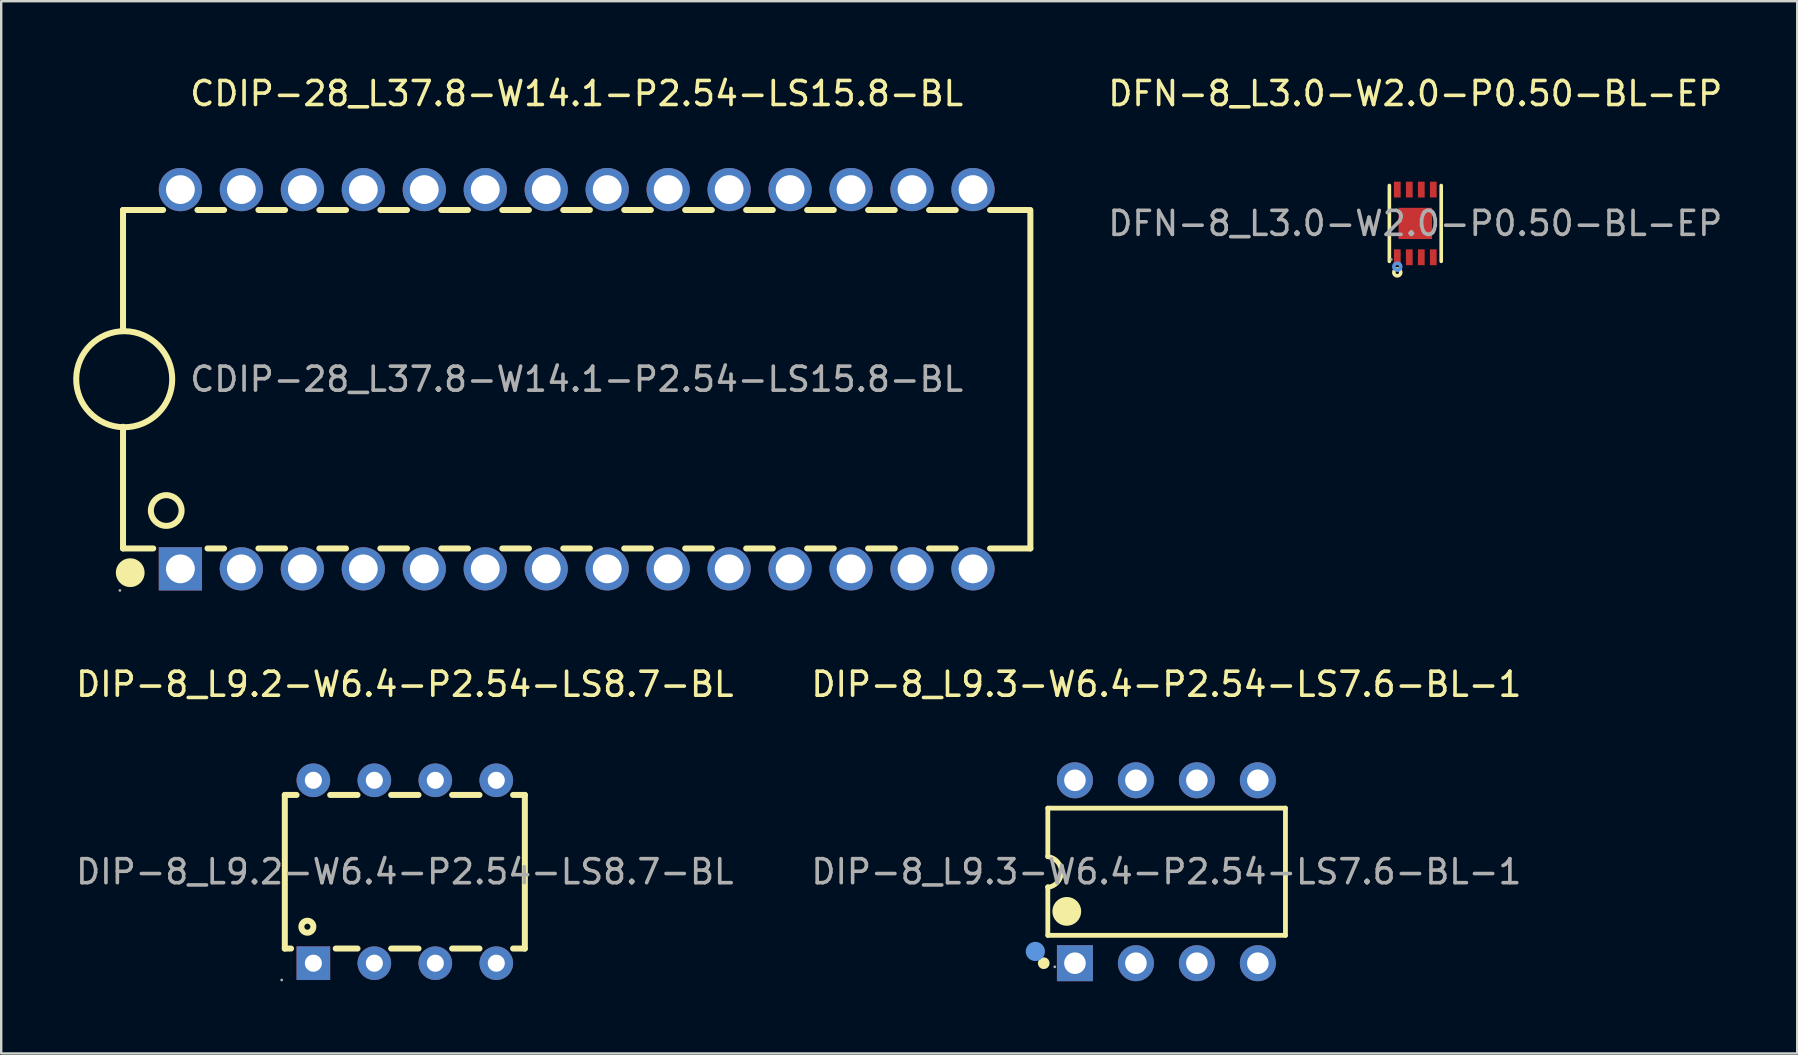
<source format=kicad_pcb>
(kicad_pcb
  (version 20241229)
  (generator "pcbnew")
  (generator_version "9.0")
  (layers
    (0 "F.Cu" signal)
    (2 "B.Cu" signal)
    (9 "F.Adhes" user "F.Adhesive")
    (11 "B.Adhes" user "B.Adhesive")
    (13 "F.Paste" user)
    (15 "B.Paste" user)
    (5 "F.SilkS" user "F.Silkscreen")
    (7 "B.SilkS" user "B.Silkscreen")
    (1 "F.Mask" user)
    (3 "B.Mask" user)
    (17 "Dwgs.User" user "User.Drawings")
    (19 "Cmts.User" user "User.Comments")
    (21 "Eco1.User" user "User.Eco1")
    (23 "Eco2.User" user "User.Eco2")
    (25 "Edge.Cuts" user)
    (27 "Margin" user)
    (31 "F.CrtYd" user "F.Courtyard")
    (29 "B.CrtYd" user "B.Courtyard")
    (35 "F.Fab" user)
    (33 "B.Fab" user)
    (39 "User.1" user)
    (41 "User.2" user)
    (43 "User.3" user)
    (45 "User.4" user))
  (footprint "CDIP-28_L37.8-W14.1-P2.54-LS15.8-BL"
    (layer "F.Cu")
    (at 20.975 12.748)
    (property "Reference" "CDIP-28_L37.8-W14.1-P2.54-LS15.8-BL" (at 0 -11.9 0) (layer "F.SilkS") (effects (font (size 1 1) (thickness 0.15))))
    (attr through_hole)
    (fp_line (start -18.9 -7.05) (end -18.9 -2.02) (stroke (width 0.25) (type solid)) (layer "F.SilkS"))
    (fp_line (start -18.9 -7.05) (end -17.23 -7.05) (stroke (width 0.25) (type solid)) (layer "F.SilkS"))
    (fp_line (start -18.9 1.98) (end -18.9 7.05) (stroke (width 0.25) (type solid)) (layer "F.SilkS"))
    (fp_line (start -18.9 7.05) (end -17.64 7.05) (stroke (width 0.25) (type solid)) (layer "F.SilkS"))
    (fp_line (start -15.8 -7.05) (end -14.69 -7.05) (stroke (width 0.25) (type solid)) (layer "F.SilkS"))
    (fp_line (start -15.38 7.05) (end -14.69 7.05) (stroke (width 0.25) (type solid)) (layer "F.SilkS"))
    (fp_line (start -13.26 -7.05) (end -12.15 -7.05) (stroke (width 0.25) (type solid)) (layer "F.SilkS"))
    (fp_line (start -13.26 7.05) (end -12.15 7.05) (stroke (width 0.25) (type solid)) (layer "F.SilkS"))
    (fp_line (start -10.72 -7.05) (end -9.61 -7.05) (stroke (width 0.25) (type solid)) (layer "F.SilkS"))
    (fp_line (start -10.72 7.05) (end -9.61 7.05) (stroke (width 0.25) (type solid)) (layer "F.SilkS"))
    (fp_line (start -8.18 -7.05) (end -7.07 -7.05) (stroke (width 0.25) (type solid)) (layer "F.SilkS"))
    (fp_line (start -8.18 7.05) (end -7.07 7.05) (stroke (width 0.25) (type solid)) (layer "F.SilkS"))
    (fp_line (start -5.64 -7.05) (end -4.53 -7.05) (stroke (width 0.25) (type solid)) (layer "F.SilkS"))
    (fp_line (start -5.64 7.05) (end -4.53 7.05) (stroke (width 0.25) (type solid)) (layer "F.SilkS"))
    (fp_line (start -3.1 -7.05) (end -1.99 -7.05) (stroke (width 0.25) (type solid)) (layer "F.SilkS"))
    (fp_line (start -3.1 7.05) (end -1.99 7.05) (stroke (width 0.25) (type solid)) (layer "F.SilkS"))
    (fp_line (start -0.56 -7.05) (end 0.55 -7.05) (stroke (width 0.25) (type solid)) (layer "F.SilkS"))
    (fp_line (start -0.56 7.05) (end 0.55 7.05) (stroke (width 0.25) (type solid)) (layer "F.SilkS"))
    (fp_line (start 1.98 -7.05) (end 3.09 -7.05) (stroke (width 0.25) (type solid)) (layer "F.SilkS"))
    (fp_line (start 1.98 7.05) (end 3.09 7.05) (stroke (width 0.25) (type solid)) (layer "F.SilkS"))
    (fp_line (start 4.52 -7.05) (end 5.63 -7.05) (stroke (width 0.25) (type solid)) (layer "F.SilkS"))
    (fp_line (start 4.52 7.05) (end 5.63 7.05) (stroke (width 0.25) (type solid)) (layer "F.SilkS"))
    (fp_line (start 7.06 -7.05) (end 8.17 -7.05) (stroke (width 0.25) (type solid)) (layer "F.SilkS"))
    (fp_line (start 7.06 7.05) (end 8.17 7.05) (stroke (width 0.25) (type solid)) (layer "F.SilkS"))
    (fp_line (start 9.6 -7.05) (end 10.71 -7.05) (stroke (width 0.25) (type solid)) (layer "F.SilkS"))
    (fp_line (start 9.6 7.05) (end 10.71 7.05) (stroke (width 0.25) (type solid)) (layer "F.SilkS"))
    (fp_line (start 12.14 -7.05) (end 13.25 -7.05) (stroke (width 0.25) (type solid)) (layer "F.SilkS"))
    (fp_line (start 12.14 7.05) (end 13.25 7.05) (stroke (width 0.25) (type solid)) (layer "F.SilkS"))
    (fp_line (start 14.68 -7.05) (end 15.79 -7.05) (stroke (width 0.25) (type solid)) (layer "F.SilkS"))
    (fp_line (start 14.68 7.05) (end 15.79 7.05) (stroke (width 0.25) (type solid)) (layer "F.SilkS"))
    (fp_line (start 17.22 -7.05) (end 18.8 -7.05) (stroke (width 0.25) (type solid)) (layer "F.SilkS"))
    (fp_line (start 17.22 7.05) (end 18.9 7.05) (stroke (width 0.25) (type solid)) (layer "F.SilkS"))
    (fp_line (start 18.9 7.05) (end 18.9 -7.05) (stroke (width 0.25) (type solid)) (layer "F.SilkS"))
    (fp_arc (start -18.884905 1.999695) (mid -18.832547 -1.999923) (end -18.85 2) (stroke (width 0.25) (type solid)) (layer "F.SilkS"))
    (fp_arc (start -18.6 8.06) (mid -18.6 8.06) (end -18.6 8.06) (stroke (width 0.6) (type solid)) (layer "F.SilkS"))
    (fp_circle (center -17.1 5.47) (end -16.46 5.47) (stroke (width 0.25) (type solid)) (fill no) (layer "F.SilkS"))
    (fp_circle (center -19.03 8.8) (end -19 8.8) (stroke (width 0.06) (type solid)) (fill no) (layer "F.Fab"))
    (fp_circle (center -16.51 -7.9) (end -16.26 -7.9) (stroke (width 0.5) (type solid)) (fill no) (layer "F.Fab"))
    (fp_circle (center -16.51 7.9) (end -16.26 7.9) (stroke (width 0.5) (type solid)) (fill no) (layer "F.Fab"))
    (fp_circle (center -13.97 -7.9) (end -13.72 -7.9) (stroke (width 0.5) (type solid)) (fill no) (layer "F.Fab"))
    (fp_circle (center -13.97 7.9) (end -13.72 7.9) (stroke (width 0.5) (type solid)) (fill no) (layer "F.Fab"))
    (fp_circle (center -11.43 -7.9) (end -11.18 -7.9) (stroke (width 0.5) (type solid)) (fill no) (layer "F.Fab"))
    (fp_circle (center -11.43 7.9) (end -11.18 7.9) (stroke (width 0.5) (type solid)) (fill no) (layer "F.Fab"))
    (fp_circle (center -8.89 -7.9) (end -8.64 -7.9) (stroke (width 0.5) (type solid)) (fill no) (layer "F.Fab"))
    (fp_circle (center -8.89 7.9) (end -8.64 7.9) (stroke (width 0.5) (type solid)) (fill no) (layer "F.Fab"))
    (fp_circle (center -6.35 -7.9) (end -6.1 -7.9) (stroke (width 0.5) (type solid)) (fill no) (layer "F.Fab"))
    (fp_circle (center -6.35 7.9) (end -6.1 7.9) (stroke (width 0.5) (type solid)) (fill no) (layer "F.Fab"))
    (fp_circle (center -3.81 -7.9) (end -3.56 -7.9) (stroke (width 0.5) (type solid)) (fill no) (layer "F.Fab"))
    (fp_circle (center -3.81 7.9) (end -3.56 7.9) (stroke (width 0.5) (type solid)) (fill no) (layer "F.Fab"))
    (fp_circle (center -1.27 -7.9) (end -1.02 -7.9) (stroke (width 0.5) (type solid)) (fill no) (layer "F.Fab"))
    (fp_circle (center -1.27 7.9) (end -1.02 7.9) (stroke (width 0.5) (type solid)) (fill no) (layer "F.Fab"))
    (fp_circle (center 1.27 -7.9) (end 1.52 -7.9) (stroke (width 0.5) (type solid)) (fill no) (layer "F.Fab"))
    (fp_circle (center 1.27 7.9) (end 1.52 7.9) (stroke (width 0.5) (type solid)) (fill no) (layer "F.Fab"))
    (fp_circle (center 3.81 -7.9) (end 4.06 -7.9) (stroke (width 0.5) (type solid)) (fill no) (layer "F.Fab"))
    (fp_circle (center 3.81 7.9) (end 4.06 7.9) (stroke (width 0.5) (type solid)) (fill no) (layer "F.Fab"))
    (fp_circle (center 6.35 -7.9) (end 6.6 -7.9) (stroke (width 0.5) (type solid)) (fill no) (layer "F.Fab"))
    (fp_circle (center 6.35 7.9) (end 6.6 7.9) (stroke (width 0.5) (type solid)) (fill no) (layer "F.Fab"))
    (fp_circle (center 8.89 -7.9) (end 9.14 -7.9) (stroke (width 0.5) (type solid)) (fill no) (layer "F.Fab"))
    (fp_circle (center 8.89 7.9) (end 9.14 7.9) (stroke (width 0.5) (type solid)) (fill no) (layer "F.Fab"))
    (fp_circle (center 11.43 -7.9) (end 11.68 -7.9) (stroke (width 0.5) (type solid)) (fill no) (layer "F.Fab"))
    (fp_circle (center 11.43 7.9) (end 11.68 7.9) (stroke (width 0.5) (type solid)) (fill no) (layer "F.Fab"))
    (fp_circle (center 13.97 -7.9) (end 14.22 -7.9) (stroke (width 0.5) (type solid)) (fill no) (layer "F.Fab"))
    (fp_circle (center 13.97 7.9) (end 14.22 7.9) (stroke (width 0.5) (type solid)) (fill no) (layer "F.Fab"))
    (fp_circle (center 16.51 -7.9) (end 16.76 -7.9) (stroke (width 0.5) (type solid)) (fill no) (layer "F.Fab"))
    (fp_circle (center 16.51 7.9) (end 16.76 7.9) (stroke (width 0.5) (type solid)) (fill no) (layer "F.Fab"))
    (fp_text user "${REFERENCE}" (at 0 0 0) (layer "F.Fab") (effects (font (size 1 1) (thickness 0.15))))
    (pad "1" thru_hole rect (at -16.51 7.9) (size 1.8 1.8) (drill 1.2) (layers "*.Cu" "*.Paste" "*.Mask"))
    (pad "2" thru_hole circle (at -13.97 7.9) (size 1.8 1.8) (drill 1.2) (layers "*.Cu" "*.Paste" "*.Mask"))
    (pad "3" thru_hole circle (at -11.43 7.9) (size 1.8 1.8) (drill 1.2) (layers "*.Cu" "*.Paste" "*.Mask"))
    (pad "4" thru_hole circle (at -8.89 7.9) (size 1.8 1.8) (drill 1.2) (layers "*.Cu" "*.Paste" "*.Mask"))
    (pad "5" thru_hole circle (at -6.35 7.9) (size 1.8 1.8) (drill 1.2) (layers "*.Cu" "*.Paste" "*.Mask"))
    (pad "6" thru_hole circle (at -3.81 7.9) (size 1.8 1.8) (drill 1.2) (layers "*.Cu" "*.Paste" "*.Mask"))
    (pad "7" thru_hole circle (at -1.27 7.9) (size 1.8 1.8) (drill 1.2) (layers "*.Cu" "*.Paste" "*.Mask"))
    (pad "8" thru_hole circle (at 1.27 7.9) (size 1.8 1.8) (drill 1.2) (layers "*.Cu" "*.Paste" "*.Mask"))
    (pad "9" thru_hole circle (at 3.81 7.9) (size 1.8 1.8) (drill 1.2) (layers "*.Cu" "*.Paste" "*.Mask"))
    (pad "10" thru_hole circle (at 6.35 7.9 180) (size 1.8 1.8) (drill 1.2) (layers "*.Cu" "*.Paste" "*.Mask"))
    (pad "11" thru_hole circle (at 8.89 7.9 180) (size 1.8 1.8) (drill 1.2) (layers "*.Cu" "*.Paste" "*.Mask"))
    (pad "12" thru_hole circle (at 11.43 7.9 180) (size 1.8 1.8) (drill 1.2) (layers "*.Cu" "*.Paste" "*.Mask"))
    (pad "13" thru_hole circle (at 13.97 7.9 180) (size 1.8 1.8) (drill 1.2) (layers "*.Cu" "*.Paste" "*.Mask"))
    (pad "14" thru_hole circle (at 16.51 7.9 180) (size 1.8 1.8) (drill 1.2) (layers "*.Cu" "*.Paste" "*.Mask"))
    (pad "15" thru_hole circle (at 16.51 -7.9) (size 1.8 1.8) (drill 1.2) (layers "*.Cu" "*.Paste" "*.Mask"))
    (pad "16" thru_hole circle (at 13.97 -7.9) (size 1.8 1.8) (drill 1.2) (layers "*.Cu" "*.Paste" "*.Mask"))
    (pad "17" thru_hole circle (at 11.43 -7.9) (size 1.8 1.8) (drill 1.2) (layers "*.Cu" "*.Paste" "*.Mask"))
    (pad "18" thru_hole circle (at 8.89 -7.9) (size 1.8 1.8) (drill 1.2) (layers "*.Cu" "*.Paste" "*.Mask"))
    (pad "19" thru_hole circle (at 6.35 -7.9) (size 1.8 1.8) (drill 1.2) (layers "*.Cu" "*.Paste" "*.Mask"))
    (pad "20" thru_hole circle (at 3.81 -7.9) (size 1.8 1.8) (drill 1.2) (layers "*.Cu" "*.Paste" "*.Mask"))
    (pad "21" thru_hole circle (at 1.27 -7.9) (size 1.8 1.8) (drill 1.2) (layers "*.Cu" "*.Paste" "*.Mask"))
    (pad "22" thru_hole circle (at -1.27 -7.9) (size 1.8 1.8) (drill 1.2) (layers "*.Cu" "*.Paste" "*.Mask"))
    (pad "23" thru_hole circle (at -3.81 -7.9) (size 1.8 1.8) (drill 1.2) (layers "*.Cu" "*.Paste" "*.Mask"))
    (pad "24" thru_hole circle (at -6.35 -7.9) (size 1.8 1.8) (drill 1.2) (layers "*.Cu" "*.Paste" "*.Mask"))
    (pad "25" thru_hole circle (at -8.89 -7.9) (size 1.8 1.8) (drill 1.2) (layers "*.Cu" "*.Paste" "*.Mask"))
    (pad "26" thru_hole circle (at -11.43 -7.9) (size 1.8 1.8) (drill 1.2) (layers "*.Cu" "*.Paste" "*.Mask"))
    (pad "27" thru_hole circle (at -13.97 -7.9) (size 1.8 1.8) (drill 1.2) (layers "*.Cu" "*.Paste" "*.Mask"))
    (pad "28" thru_hole circle (at -16.51 -7.9) (size 1.8 1.8) (drill 1.2) (layers "*.Cu" "*.Paste" "*.Mask")))
  (footprint "DFN-8_L3.0-W2.0-P0.50-BL-EP"
    (layer "F.Cu")
    (at 55.911 6.258)
    (property "Reference" "DFN-8_L3.0-W2.0-P0.50-BL-EP" (at 0 -5.41 0) (layer "F.SilkS") (effects (font (size 1 1) (thickness 0.15))))
    (attr through_hole)
    (fp_line (start -1.08 1.58) (end -1.08 -1.58) (stroke (width 0.15) (type solid)) (layer "F.SilkS"))
    (fp_line (start 1.08 1.58) (end 1.08 -1.58) (stroke (width 0.15) (type solid)) (layer "F.SilkS"))
    (fp_circle (center -0.75 2.04) (end -0.68 2.04) (stroke (width 0.15) (type solid)) (fill no) (layer "F.SilkS"))
    (fp_circle (center -0.75 1.8) (end -0.68 1.8) (stroke (width 0.15) (type solid)) (fill no) (layer "Cmts.User"))
    (fp_circle (center -1 1.5) (end -0.97 1.5) (stroke (width 0.06) (type solid)) (fill no) (layer "F.Fab"))
    (fp_text user "${REFERENCE}" (at 0 0 0) (layer "F.Fab") (effects (font (size 1 1) (thickness 0.15))))
    (pad "1" smd rect (at -0.75 1.41) (size 0.28 0.66) (layers "F.Cu" "F.Mask" "F.Paste"))
    (pad "2" smd rect (at -0.25 1.41) (size 0.28 0.66) (layers "F.Cu" "F.Mask" "F.Paste"))
    (pad "3" smd rect (at 0.25 1.41) (size 0.28 0.66) (layers "F.Cu" "F.Mask" "F.Paste"))
    (pad "4" smd rect (at 0.75 1.41) (size 0.28 0.66) (layers "F.Cu" "F.Mask" "F.Paste"))
    (pad "5" smd rect (at 0.75 -1.41) (size 0.28 0.66) (layers "F.Cu" "F.Mask" "F.Paste"))
    (pad "6" smd rect (at 0.25 -1.41) (size 0.28 0.66) (layers "F.Cu" "F.Mask" "F.Paste"))
    (pad "7" smd rect (at -0.25 -1.41) (size 0.28 0.66) (layers "F.Cu" "F.Mask" "F.Paste"))
    (pad "8" smd rect (at -0.75 -1.41) (size 0.28 0.66) (layers "F.Cu" "F.Mask" "F.Paste"))
    (pad "9" smd rect (at 0 0) (size 1.4 1.3) (layers "F.Cu" "F.Mask" "F.Paste")))
  (footprint "DIP-8_L9.3-W6.4-P2.54-LS7.6-BL-1"
    (layer "F.Cu")
    (at 45.542 33.267)
    (property "Reference" "DIP-8_L9.3-W6.4-P2.54-LS7.6-BL-1" (at 0 -7.81 0) (layer "F.SilkS") (effects (font (size 1 1) (thickness 0.15))))
    (attr through_hole)
    (fp_line (start -4.94 -2.65) (end 4.96 -2.65) (stroke (width 0.2) (type solid)) (layer "F.SilkS"))
    (fp_line (start -4.94 -0.64) (end -4.94 -2.65) (stroke (width 0.2) (type solid)) (layer "F.SilkS"))
    (fp_line (start -4.94 -0.64) (end -4.94 -0.64) (stroke (width 0.2) (type solid)) (layer "F.SilkS"))
    (fp_line (start -4.94 0.63) (end -4.94 0.64) (stroke (width 0.2) (type solid)) (layer "F.SilkS"))
    (fp_line (start -4.94 2.65) (end -4.94 0.63) (stroke (width 0.2) (type solid)) (layer "F.SilkS"))
    (fp_line (start 4.96 -2.65) (end 4.96 2.65) (stroke (width 0.2) (type solid)) (layer "F.SilkS"))
    (fp_line (start 4.96 2.65) (end -4.94 2.65) (stroke (width 0.2) (type solid)) (layer "F.SilkS"))
    (fp_arc (start -5.23 3.8) (mid -4.989687 3.814987) (end -5.230416 3.810034) (stroke (width 0.25) (type solid)) (layer "F.SilkS"))
    (fp_arc (start -4.94 -0.63) (mid -4.37502 0.00955) (end -4.939107 0.649888) (stroke (width 0.2) (type solid)) (layer "F.SilkS"))
    (fp_arc (start -4.45 1.64) (mid -3.849875 1.654999) (end -4.450167 1.650004) (stroke (width 0.6) (type solid)) (layer "F.SilkS"))
    (fp_circle (center -5.46 3.32) (end -5.26 3.32) (stroke (width 0.4) (type solid)) (fill no) (layer "Cmts.User"))
    (fp_circle (center -4.65 3.96) (end -4.62 3.96) (stroke (width 0.06) (type solid)) (fill no) (layer "F.Fab"))
    (fp_text user "${REFERENCE}" (at 0 0 0) (layer "F.Fab") (effects (font (size 1 1) (thickness 0.15))))
    (pad "1" thru_hole rect (at -3.81 3.81) (size 1.5 1.5) (drill 0.9) (layers "*.Cu" "*.Paste" "*.Mask"))
    (pad "2" thru_hole circle (at -1.27 3.81 90) (size 1.5 1.5) (drill 0.9) (layers "*.Cu" "*.Paste" "*.Mask"))
    (pad "3" thru_hole circle (at 1.27 3.81 90) (size 1.5 1.5) (drill 0.9) (layers "*.Cu" "*.Paste" "*.Mask"))
    (pad "4" thru_hole circle (at 3.81 3.81 90) (size 1.5 1.5) (drill 0.9) (layers "*.Cu" "*.Paste" "*.Mask"))
    (pad "5" thru_hole circle (at 3.81 -3.81 90) (size 1.5 1.5) (drill 0.9) (layers "*.Cu" "*.Paste" "*.Mask"))
    (pad "6" thru_hole circle (at 1.27 -3.81 90) (size 1.5 1.5) (drill 0.9) (layers "*.Cu" "*.Paste" "*.Mask"))
    (pad "7" thru_hole circle (at -1.27 -3.81 90) (size 1.5 1.5) (drill 0.9) (layers "*.Cu" "*.Paste" "*.Mask"))
    (pad "8" thru_hole circle (at -3.81 -3.81 90) (size 1.5 1.5) (drill 0.9) (layers "*.Cu" "*.Paste" "*.Mask")))
  (footprint "DIP-8_L9.2-W6.4-P2.54-LS8.7-BL"
    (layer "F.Cu")
    (at 13.815 33.267)
    (property "Reference" "DIP-8_L9.2-W6.4-P2.54-LS8.7-BL" (at 0 -7.81 0) (layer "F.SilkS") (effects (font (size 1 1) (thickness 0.15))))
    (attr through_hole)
    (fp_line (start -5 -3.2) (end -5 3.2) (stroke (width 0.25) (type solid)) (layer "F.SilkS"))
    (fp_line (start -5 -3.2) (end -4.51 -3.2) (stroke (width 0.25) (type solid)) (layer "F.SilkS"))
    (fp_line (start -5 3.2) (end -4.74 3.2) (stroke (width 0.25) (type solid)) (layer "F.SilkS"))
    (fp_line (start -3.11 -3.2) (end -1.97 -3.2) (stroke (width 0.25) (type solid)) (layer "F.SilkS"))
    (fp_line (start -2.88 3.2) (end -1.97 3.2) (stroke (width 0.25) (type solid)) (layer "F.SilkS"))
    (fp_line (start -0.57 -3.2) (end 0.57 -3.2) (stroke (width 0.25) (type solid)) (layer "F.SilkS"))
    (fp_line (start -0.57 3.2) (end 0.57 3.2) (stroke (width 0.25) (type solid)) (layer "F.SilkS"))
    (fp_line (start 1.97 -3.2) (end 3.11 -3.2) (stroke (width 0.25) (type solid)) (layer "F.SilkS"))
    (fp_line (start 1.97 3.2) (end 3.11 3.2) (stroke (width 0.25) (type solid)) (layer "F.SilkS"))
    (fp_line (start 4.51 -3.2) (end 5 -3.2) (stroke (width 0.25) (type solid)) (layer "F.SilkS"))
    (fp_line (start 4.51 3.2) (end 5 3.2) (stroke (width 0.25) (type solid)) (layer "F.SilkS"))
    (fp_line (start 5 -3.2) (end 5 3.2) (stroke (width 0.25) (type solid)) (layer "F.SilkS"))
    (fp_circle (center -4.06 2.29) (end -3.81 2.29) (stroke (width 0.25) (type solid)) (fill no) (layer "F.SilkS"))
    (fp_circle (center -5.13 4.51) (end -5.1 4.51) (stroke (width 0.06) (type solid)) (fill no) (layer "F.Fab"))
    (fp_circle (center -3.81 -3.81) (end -3.68 -3.81) (stroke (width 0.26) (type solid)) (fill no) (layer "F.Fab"))
    (fp_circle (center -3.81 3.81) (end -3.68 3.81) (stroke (width 0.26) (type solid)) (fill no) (layer "F.Fab"))
    (fp_circle (center -1.27 -3.81) (end -1.14 -3.81) (stroke (width 0.26) (type solid)) (fill no) (layer "F.Fab"))
    (fp_circle (center -1.27 3.81) (end -1.14 3.81) (stroke (width 0.26) (type solid)) (fill no) (layer "F.Fab"))
    (fp_circle (center 1.27 -3.81) (end 1.4 -3.81) (stroke (width 0.26) (type solid)) (fill no) (layer "F.Fab"))
    (fp_circle (center 1.27 3.81) (end 1.4 3.81) (stroke (width 0.26) (type solid)) (fill no) (layer "F.Fab"))
    (fp_circle (center 3.81 -3.81) (end 3.94 -3.81) (stroke (width 0.26) (type solid)) (fill no) (layer "F.Fab"))
    (fp_circle (center 3.81 3.81) (end 3.94 3.81) (stroke (width 0.26) (type solid)) (fill no) (layer "F.Fab"))
    (fp_text user "${REFERENCE}" (at 0 0 0) (layer "F.Fab") (effects (font (size 1 1) (thickness 0.15))))
    (pad "1" thru_hole rect (at -3.81 3.81) (size 1.4 1.4) (drill 0.711) (layers "*.Cu" "*.Paste" "*.Mask"))
    (pad "2" thru_hole circle (at -1.27 3.81) (size 1.4 1.4) (drill 0.711) (layers "*.Cu" "*.Paste" "*.Mask"))
    (pad "3" thru_hole circle (at 1.27 3.81) (size 1.4 1.4) (drill 0.711) (layers "*.Cu" "*.Paste" "*.Mask"))
    (pad "4" thru_hole circle (at 3.81 3.81) (size 1.4 1.4) (drill 0.711) (layers "*.Cu" "*.Paste" "*.Mask"))
    (pad "5" thru_hole circle (at 3.81 -3.81) (size 1.4 1.4) (drill 0.711) (layers "*.Cu" "*.Paste" "*.Mask"))
    (pad "6" thru_hole circle (at 1.27 -3.81) (size 1.4 1.4) (drill 0.711) (layers "*.Cu" "*.Paste" "*.Mask"))
    (pad "7" thru_hole circle (at -1.27 -3.81) (size 1.4 1.4) (drill 0.711) (layers "*.Cu" "*.Paste" "*.Mask"))
    (pad "8" thru_hole circle (at -3.81 -3.81) (size 1.4 1.4) (drill 0.711) (layers "*.Cu" "*.Paste" "*.Mask")))
  (gr_rect
    (start -3 -3)
    (end 71.821 40.837)
    (stroke (width 0.1) (type default))
    (fill no)
    (layer "Edge.Cuts")))
</source>
